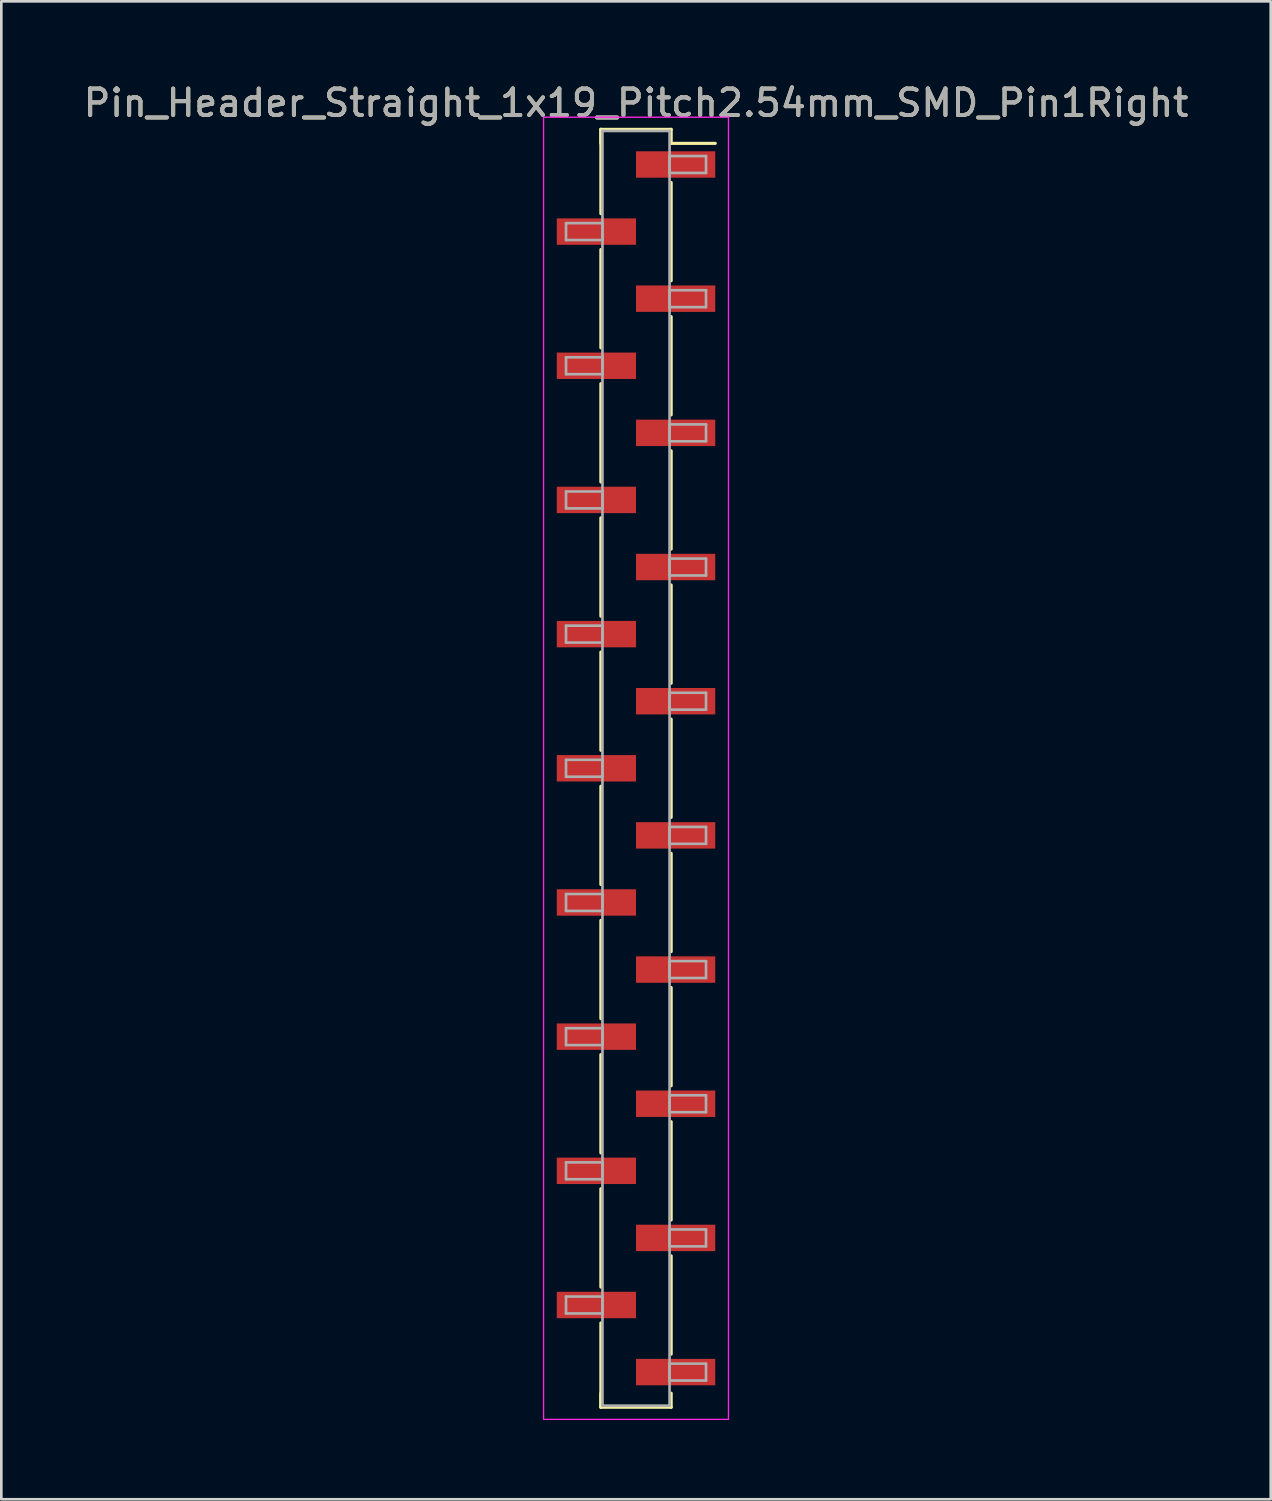
<source format=kicad_pcb>
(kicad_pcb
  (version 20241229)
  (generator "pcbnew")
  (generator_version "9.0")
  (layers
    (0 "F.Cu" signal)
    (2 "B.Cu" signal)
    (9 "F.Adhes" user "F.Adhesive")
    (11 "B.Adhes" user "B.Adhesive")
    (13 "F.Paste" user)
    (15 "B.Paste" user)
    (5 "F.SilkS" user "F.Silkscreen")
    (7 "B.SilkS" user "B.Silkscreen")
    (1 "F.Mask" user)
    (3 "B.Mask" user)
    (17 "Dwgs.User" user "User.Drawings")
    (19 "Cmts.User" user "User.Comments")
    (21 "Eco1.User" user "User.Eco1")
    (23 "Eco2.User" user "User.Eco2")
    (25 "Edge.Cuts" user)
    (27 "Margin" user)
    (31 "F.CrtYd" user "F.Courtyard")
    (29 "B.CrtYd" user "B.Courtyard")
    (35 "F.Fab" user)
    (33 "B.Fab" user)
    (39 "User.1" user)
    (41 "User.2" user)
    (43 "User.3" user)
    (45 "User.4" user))
  (footprint "Pin_Header_Straight_1x19_Pitch2.54mm_SMD_Pin1Right"
    (layer "F.Cu")
    (at 21.03 26.038)
    (property "Reference" "Pin_Header_Straight_1x19_Pitch2.54mm_SMD_Pin1Right" (at 0 -25.19 0) (layer "F.SilkS") (effects (font (size 1 1) (thickness 0.15))))
    (attr smd)
    (fp_line (start -1.33 -24.19) (end -1.33 -21) (stroke (width 0.12) (type solid)) (layer "F.SilkS"))
    (fp_line (start -1.33 -24.19) (end 1.33 -24.19) (stroke (width 0.12) (type solid)) (layer "F.SilkS"))
    (fp_line (start -1.33 -23.66) (end -1.33 -24.19) (stroke (width 0.12) (type solid)) (layer "F.SilkS"))
    (fp_line (start -1.33 -19.64) (end -1.33 -15.92) (stroke (width 0.12) (type solid)) (layer "F.SilkS"))
    (fp_line (start -1.33 -14.56) (end -1.33 -10.84) (stroke (width 0.12) (type solid)) (layer "F.SilkS"))
    (fp_line (start -1.33 -9.48) (end -1.33 -5.76) (stroke (width 0.12) (type solid)) (layer "F.SilkS"))
    (fp_line (start -1.33 -4.4) (end -1.33 -0.68) (stroke (width 0.12) (type solid)) (layer "F.SilkS"))
    (fp_line (start -1.33 0.68) (end -1.33 4.4) (stroke (width 0.12) (type solid)) (layer "F.SilkS"))
    (fp_line (start -1.33 5.76) (end -1.33 9.48) (stroke (width 0.12) (type solid)) (layer "F.SilkS"))
    (fp_line (start -1.33 10.84) (end -1.33 14.56) (stroke (width 0.12) (type solid)) (layer "F.SilkS"))
    (fp_line (start -1.33 15.92) (end -1.33 19.64) (stroke (width 0.12) (type solid)) (layer "F.SilkS"))
    (fp_line (start -1.33 21) (end -1.33 24.19) (stroke (width 0.12) (type solid)) (layer "F.SilkS"))
    (fp_line (start -1.33 23.66) (end -1.33 24.19) (stroke (width 0.12) (type solid)) (layer "F.SilkS"))
    (fp_line (start -1.33 24.19) (end 1.33 24.19) (stroke (width 0.12) (type solid)) (layer "F.SilkS"))
    (fp_line (start 1.33 -24.19) (end 1.33 -23.66) (stroke (width 0.12) (type solid)) (layer "F.SilkS"))
    (fp_line (start 1.33 -23.66) (end 3 -23.66) (stroke (width 0.12) (type solid)) (layer "F.SilkS"))
    (fp_line (start 1.33 -22.18) (end 1.33 -18.46) (stroke (width 0.12) (type solid)) (layer "F.SilkS"))
    (fp_line (start 1.33 -17.1) (end 1.33 -13.38) (stroke (width 0.12) (type solid)) (layer "F.SilkS"))
    (fp_line (start 1.33 -12.02) (end 1.33 -8.3) (stroke (width 0.12) (type solid)) (layer "F.SilkS"))
    (fp_line (start 1.33 -6.94) (end 1.33 -3.22) (stroke (width 0.12) (type solid)) (layer "F.SilkS"))
    (fp_line (start 1.33 -1.86) (end 1.33 1.86) (stroke (width 0.12) (type solid)) (layer "F.SilkS"))
    (fp_line (start 1.33 3.22) (end 1.33 6.94) (stroke (width 0.12) (type solid)) (layer "F.SilkS"))
    (fp_line (start 1.33 8.3) (end 1.33 12.02) (stroke (width 0.12) (type solid)) (layer "F.SilkS"))
    (fp_line (start 1.33 13.38) (end 1.33 17.1) (stroke (width 0.12) (type solid)) (layer "F.SilkS"))
    (fp_line (start 1.33 18.46) (end 1.33 22.18) (stroke (width 0.12) (type solid)) (layer "F.SilkS"))
    (fp_line (start 1.33 24.19) (end 1.33 23.66) (stroke (width 0.12) (type solid)) (layer "F.SilkS"))
    (fp_line (start -3.5 -24.65) (end -3.5 24.65) (stroke (width 0.05) (type solid)) (layer "F.CrtYd"))
    (fp_line (start -3.5 24.65) (end 3.5 24.65) (stroke (width 0.05) (type solid)) (layer "F.CrtYd"))
    (fp_line (start 3.5 -24.65) (end -3.5 -24.65) (stroke (width 0.05) (type solid)) (layer "F.CrtYd"))
    (fp_line (start 3.5 24.65) (end 3.5 -24.65) (stroke (width 0.05) (type solid)) (layer "F.CrtYd"))
    (fp_line (start -2.65 -20.64) (end -1.27 -20.64) (stroke (width 0.1) (type solid)) (layer "F.Fab"))
    (fp_line (start -2.65 -20) (end -2.65 -20.64) (stroke (width 0.1) (type solid)) (layer "F.Fab"))
    (fp_line (start -2.65 -15.56) (end -1.27 -15.56) (stroke (width 0.1) (type solid)) (layer "F.Fab"))
    (fp_line (start -2.65 -14.92) (end -2.65 -15.56) (stroke (width 0.1) (type solid)) (layer "F.Fab"))
    (fp_line (start -2.65 -10.48) (end -1.27 -10.48) (stroke (width 0.1) (type solid)) (layer "F.Fab"))
    (fp_line (start -2.65 -9.84) (end -2.65 -10.48) (stroke (width 0.1) (type solid)) (layer "F.Fab"))
    (fp_line (start -2.65 -5.4) (end -1.27 -5.4) (stroke (width 0.1) (type solid)) (layer "F.Fab"))
    (fp_line (start -2.65 -4.76) (end -2.65 -5.4) (stroke (width 0.1) (type solid)) (layer "F.Fab"))
    (fp_line (start -2.65 -0.32) (end -1.27 -0.32) (stroke (width 0.1) (type solid)) (layer "F.Fab"))
    (fp_line (start -2.65 0.32) (end -2.65 -0.32) (stroke (width 0.1) (type solid)) (layer "F.Fab"))
    (fp_line (start -2.65 4.76) (end -1.27 4.76) (stroke (width 0.1) (type solid)) (layer "F.Fab"))
    (fp_line (start -2.65 5.4) (end -2.65 4.76) (stroke (width 0.1) (type solid)) (layer "F.Fab"))
    (fp_line (start -2.65 9.84) (end -1.27 9.84) (stroke (width 0.1) (type solid)) (layer "F.Fab"))
    (fp_line (start -2.65 10.48) (end -2.65 9.84) (stroke (width 0.1) (type solid)) (layer "F.Fab"))
    (fp_line (start -2.65 14.92) (end -1.27 14.92) (stroke (width 0.1) (type solid)) (layer "F.Fab"))
    (fp_line (start -2.65 15.56) (end -2.65 14.92) (stroke (width 0.1) (type solid)) (layer "F.Fab"))
    (fp_line (start -2.65 20) (end -1.27 20) (stroke (width 0.1) (type solid)) (layer "F.Fab"))
    (fp_line (start -2.65 20.64) (end -2.65 20) (stroke (width 0.1) (type solid)) (layer "F.Fab"))
    (fp_line (start -1.27 -24.13) (end -1.27 24.13) (stroke (width 0.1) (type solid)) (layer "F.Fab"))
    (fp_line (start -1.27 -20.64) (end -1.27 -20) (stroke (width 0.1) (type solid)) (layer "F.Fab"))
    (fp_line (start -1.27 -20) (end -2.65 -20) (stroke (width 0.1) (type solid)) (layer "F.Fab"))
    (fp_line (start -1.27 -15.56) (end -1.27 -14.92) (stroke (width 0.1) (type solid)) (layer "F.Fab"))
    (fp_line (start -1.27 -14.92) (end -2.65 -14.92) (stroke (width 0.1) (type solid)) (layer "F.Fab"))
    (fp_line (start -1.27 -10.48) (end -1.27 -9.84) (stroke (width 0.1) (type solid)) (layer "F.Fab"))
    (fp_line (start -1.27 -9.84) (end -2.65 -9.84) (stroke (width 0.1) (type solid)) (layer "F.Fab"))
    (fp_line (start -1.27 -5.4) (end -1.27 -4.76) (stroke (width 0.1) (type solid)) (layer "F.Fab"))
    (fp_line (start -1.27 -4.76) (end -2.65 -4.76) (stroke (width 0.1) (type solid)) (layer "F.Fab"))
    (fp_line (start -1.27 -0.32) (end -1.27 0.32) (stroke (width 0.1) (type solid)) (layer "F.Fab"))
    (fp_line (start -1.27 0.32) (end -2.65 0.32) (stroke (width 0.1) (type solid)) (layer "F.Fab"))
    (fp_line (start -1.27 4.76) (end -1.27 5.4) (stroke (width 0.1) (type solid)) (layer "F.Fab"))
    (fp_line (start -1.27 5.4) (end -2.65 5.4) (stroke (width 0.1) (type solid)) (layer "F.Fab"))
    (fp_line (start -1.27 9.84) (end -1.27 10.48) (stroke (width 0.1) (type solid)) (layer "F.Fab"))
    (fp_line (start -1.27 10.48) (end -2.65 10.48) (stroke (width 0.1) (type solid)) (layer "F.Fab"))
    (fp_line (start -1.27 14.92) (end -1.27 15.56) (stroke (width 0.1) (type solid)) (layer "F.Fab"))
    (fp_line (start -1.27 15.56) (end -2.65 15.56) (stroke (width 0.1) (type solid)) (layer "F.Fab"))
    (fp_line (start -1.27 20) (end -1.27 20.64) (stroke (width 0.1) (type solid)) (layer "F.Fab"))
    (fp_line (start -1.27 20.64) (end -2.65 20.64) (stroke (width 0.1) (type solid)) (layer "F.Fab"))
    (fp_line (start -1.27 24.13) (end 1.27 24.13) (stroke (width 0.1) (type solid)) (layer "F.Fab"))
    (fp_line (start 1.27 -24.13) (end -1.27 -24.13) (stroke (width 0.1) (type solid)) (layer "F.Fab"))
    (fp_line (start 1.27 -23.18) (end 1.27 -22.54) (stroke (width 0.1) (type solid)) (layer "F.Fab"))
    (fp_line (start 1.27 -22.54) (end 2.65 -22.54) (stroke (width 0.1) (type solid)) (layer "F.Fab"))
    (fp_line (start 1.27 -18.1) (end 1.27 -17.46) (stroke (width 0.1) (type solid)) (layer "F.Fab"))
    (fp_line (start 1.27 -17.46) (end 2.65 -17.46) (stroke (width 0.1) (type solid)) (layer "F.Fab"))
    (fp_line (start 1.27 -13.02) (end 1.27 -12.38) (stroke (width 0.1) (type solid)) (layer "F.Fab"))
    (fp_line (start 1.27 -12.38) (end 2.65 -12.38) (stroke (width 0.1) (type solid)) (layer "F.Fab"))
    (fp_line (start 1.27 -7.94) (end 1.27 -7.3) (stroke (width 0.1) (type solid)) (layer "F.Fab"))
    (fp_line (start 1.27 -7.3) (end 2.65 -7.3) (stroke (width 0.1) (type solid)) (layer "F.Fab"))
    (fp_line (start 1.27 -2.86) (end 1.27 -2.22) (stroke (width 0.1) (type solid)) (layer "F.Fab"))
    (fp_line (start 1.27 -2.22) (end 2.65 -2.22) (stroke (width 0.1) (type solid)) (layer "F.Fab"))
    (fp_line (start 1.27 2.22) (end 1.27 2.86) (stroke (width 0.1) (type solid)) (layer "F.Fab"))
    (fp_line (start 1.27 2.86) (end 2.65 2.86) (stroke (width 0.1) (type solid)) (layer "F.Fab"))
    (fp_line (start 1.27 7.3) (end 1.27 7.94) (stroke (width 0.1) (type solid)) (layer "F.Fab"))
    (fp_line (start 1.27 7.94) (end 2.65 7.94) (stroke (width 0.1) (type solid)) (layer "F.Fab"))
    (fp_line (start 1.27 12.38) (end 1.27 13.02) (stroke (width 0.1) (type solid)) (layer "F.Fab"))
    (fp_line (start 1.27 13.02) (end 2.65 13.02) (stroke (width 0.1) (type solid)) (layer "F.Fab"))
    (fp_line (start 1.27 17.46) (end 1.27 18.1) (stroke (width 0.1) (type solid)) (layer "F.Fab"))
    (fp_line (start 1.27 18.1) (end 2.65 18.1) (stroke (width 0.1) (type solid)) (layer "F.Fab"))
    (fp_line (start 1.27 22.54) (end 1.27 23.18) (stroke (width 0.1) (type solid)) (layer "F.Fab"))
    (fp_line (start 1.27 23.18) (end 2.65 23.18) (stroke (width 0.1) (type solid)) (layer "F.Fab"))
    (fp_line (start 1.27 24.13) (end 1.27 -24.13) (stroke (width 0.1) (type solid)) (layer "F.Fab"))
    (fp_line (start 2.65 -23.18) (end 1.27 -23.18) (stroke (width 0.1) (type solid)) (layer "F.Fab"))
    (fp_line (start 2.65 -22.54) (end 2.65 -23.18) (stroke (width 0.1) (type solid)) (layer "F.Fab"))
    (fp_line (start 2.65 -18.1) (end 1.27 -18.1) (stroke (width 0.1) (type solid)) (layer "F.Fab"))
    (fp_line (start 2.65 -17.46) (end 2.65 -18.1) (stroke (width 0.1) (type solid)) (layer "F.Fab"))
    (fp_line (start 2.65 -13.02) (end 1.27 -13.02) (stroke (width 0.1) (type solid)) (layer "F.Fab"))
    (fp_line (start 2.65 -12.38) (end 2.65 -13.02) (stroke (width 0.1) (type solid)) (layer "F.Fab"))
    (fp_line (start 2.65 -7.94) (end 1.27 -7.94) (stroke (width 0.1) (type solid)) (layer "F.Fab"))
    (fp_line (start 2.65 -7.3) (end 2.65 -7.94) (stroke (width 0.1) (type solid)) (layer "F.Fab"))
    (fp_line (start 2.65 -2.86) (end 1.27 -2.86) (stroke (width 0.1) (type solid)) (layer "F.Fab"))
    (fp_line (start 2.65 -2.22) (end 2.65 -2.86) (stroke (width 0.1) (type solid)) (layer "F.Fab"))
    (fp_line (start 2.65 2.22) (end 1.27 2.22) (stroke (width 0.1) (type solid)) (layer "F.Fab"))
    (fp_line (start 2.65 2.86) (end 2.65 2.22) (stroke (width 0.1) (type solid)) (layer "F.Fab"))
    (fp_line (start 2.65 7.3) (end 1.27 7.3) (stroke (width 0.1) (type solid)) (layer "F.Fab"))
    (fp_line (start 2.65 7.94) (end 2.65 7.3) (stroke (width 0.1) (type solid)) (layer "F.Fab"))
    (fp_line (start 2.65 12.38) (end 1.27 12.38) (stroke (width 0.1) (type solid)) (layer "F.Fab"))
    (fp_line (start 2.65 13.02) (end 2.65 12.38) (stroke (width 0.1) (type solid)) (layer "F.Fab"))
    (fp_line (start 2.65 17.46) (end 1.27 17.46) (stroke (width 0.1) (type solid)) (layer "F.Fab"))
    (fp_line (start 2.65 18.1) (end 2.65 17.46) (stroke (width 0.1) (type solid)) (layer "F.Fab"))
    (fp_line (start 2.65 22.54) (end 1.27 22.54) (stroke (width 0.1) (type solid)) (layer "F.Fab"))
    (fp_line (start 2.65 23.18) (end 2.65 22.54) (stroke (width 0.1) (type solid)) (layer "F.Fab"))
    (fp_text user "${REFERENCE}" (at 0 -25.19 0) (layer "F.Fab") (effects (font (size 1 1) (thickness 0.15))))
    (pad "1" smd rect (at 1.5 -22.86) (size 3 1) (layers "F.Cu" "F.Mask" "F.Paste"))
    (pad "2" smd rect (at -1.5 -20.32) (size 3 1) (layers "F.Cu" "F.Mask" "F.Paste"))
    (pad "3" smd rect (at 1.5 -17.78) (size 3 1) (layers "F.Cu" "F.Mask" "F.Paste"))
    (pad "4" smd rect (at -1.5 -15.24) (size 3 1) (layers "F.Cu" "F.Mask" "F.Paste"))
    (pad "5" smd rect (at 1.5 -12.7) (size 3 1) (layers "F.Cu" "F.Mask" "F.Paste"))
    (pad "6" smd rect (at -1.5 -10.16) (size 3 1) (layers "F.Cu" "F.Mask" "F.Paste"))
    (pad "7" smd rect (at 1.5 -7.62) (size 3 1) (layers "F.Cu" "F.Mask" "F.Paste"))
    (pad "8" smd rect (at -1.5 -5.08) (size 3 1) (layers "F.Cu" "F.Mask" "F.Paste"))
    (pad "9" smd rect (at 1.5 -2.54) (size 3 1) (layers "F.Cu" "F.Mask" "F.Paste"))
    (pad "10" smd rect (at -1.5 0) (size 3 1) (layers "F.Cu" "F.Mask" "F.Paste"))
    (pad "11" smd rect (at 1.5 2.54) (size 3 1) (layers "F.Cu" "F.Mask" "F.Paste"))
    (pad "12" smd rect (at -1.5 5.08) (size 3 1) (layers "F.Cu" "F.Mask" "F.Paste"))
    (pad "13" smd rect (at 1.5 7.62) (size 3 1) (layers "F.Cu" "F.Mask" "F.Paste"))
    (pad "14" smd rect (at -1.5 10.16) (size 3 1) (layers "F.Cu" "F.Mask" "F.Paste"))
    (pad "15" smd rect (at 1.5 12.7) (size 3 1) (layers "F.Cu" "F.Mask" "F.Paste"))
    (pad "16" smd rect (at -1.5 15.24) (size 3 1) (layers "F.Cu" "F.Mask" "F.Paste"))
    (pad "17" smd rect (at 1.5 17.78) (size 3 1) (layers "F.Cu" "F.Mask" "F.Paste"))
    (pad "18" smd rect (at -1.5 20.32) (size 3 1) (layers "F.Cu" "F.Mask" "F.Paste"))
    (pad "19" smd rect (at 1.5 22.86) (size 3 1) (layers "F.Cu" "F.Mask" "F.Paste")))
  (gr_rect
    (start -3 -3)
    (end 45.06 53.713)
    (stroke (width 0.1) (type default))
    (fill no)
    (layer "Edge.Cuts")))
</source>
